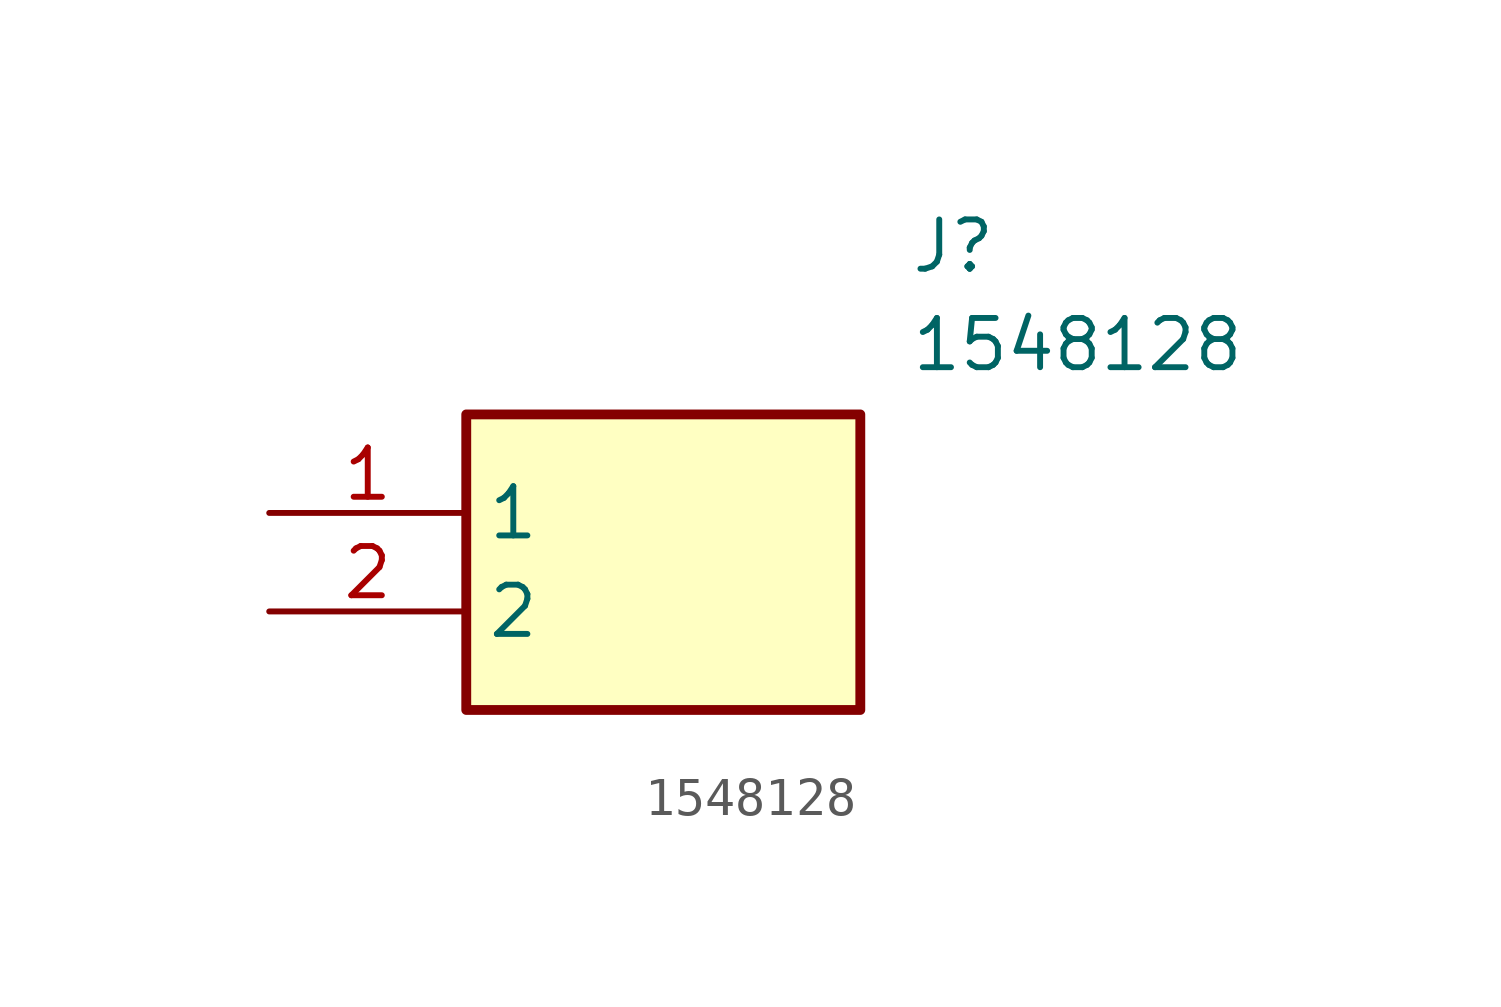
<source format=kicad_sym>
(kicad_symbol_lib
  (version 20211014)
  (generator SamacSys_ECAD_Model)
  (symbol "1548128"
    (property "Reference" "J"
      (at 16.51 7.62 0)
      (effects (font (size 1.27 1.27)) (justify left top)))
    (property "Value" "1548128"
      (at 16.51 5.08 0)
      (effects (font (size 1.27 1.27)) (justify left top)))
    (rectangle
      (start 5.08 2.54)
      (end 15.24 -5.08)
      (stroke (width 0.254) (type default))
      (fill (type background)))
    (pin passive line
      (at 0 0 0)
      (length 5.08)
      (name "1" (effects (font (size 1.27 1.27))))
      (number "1" (effects (font (size 1.27 1.27)))))
    (pin passive line
      (at 0 -2.54 0)
      (length 5.08)
      (name "2" (effects (font (size 1.27 1.27))))
      (number "2" (effects (font (size 1.27 1.27)))))))
</source>
